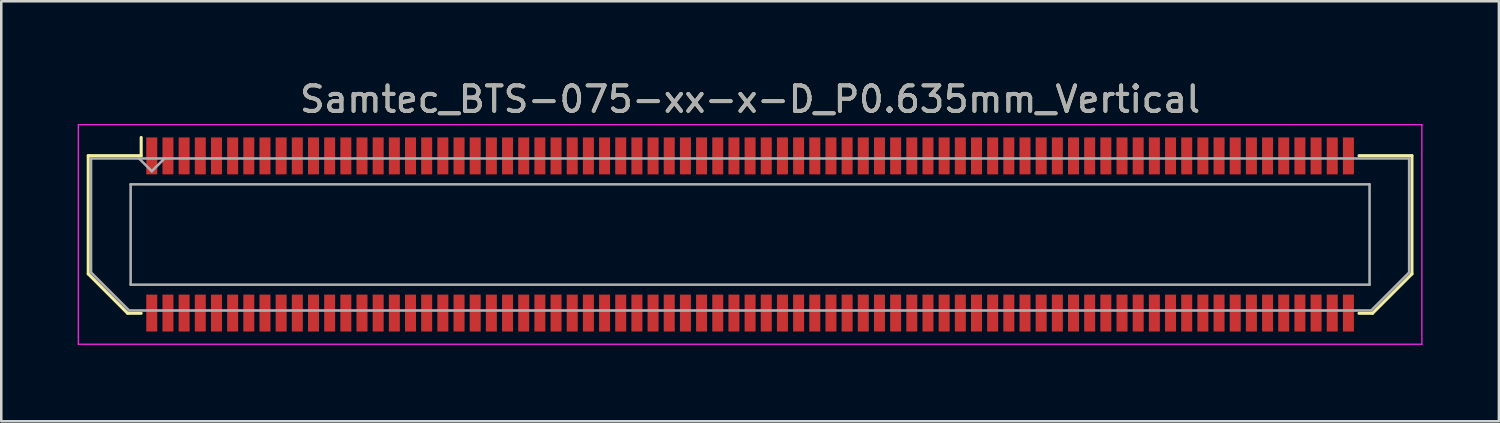
<source format=kicad_pcb>
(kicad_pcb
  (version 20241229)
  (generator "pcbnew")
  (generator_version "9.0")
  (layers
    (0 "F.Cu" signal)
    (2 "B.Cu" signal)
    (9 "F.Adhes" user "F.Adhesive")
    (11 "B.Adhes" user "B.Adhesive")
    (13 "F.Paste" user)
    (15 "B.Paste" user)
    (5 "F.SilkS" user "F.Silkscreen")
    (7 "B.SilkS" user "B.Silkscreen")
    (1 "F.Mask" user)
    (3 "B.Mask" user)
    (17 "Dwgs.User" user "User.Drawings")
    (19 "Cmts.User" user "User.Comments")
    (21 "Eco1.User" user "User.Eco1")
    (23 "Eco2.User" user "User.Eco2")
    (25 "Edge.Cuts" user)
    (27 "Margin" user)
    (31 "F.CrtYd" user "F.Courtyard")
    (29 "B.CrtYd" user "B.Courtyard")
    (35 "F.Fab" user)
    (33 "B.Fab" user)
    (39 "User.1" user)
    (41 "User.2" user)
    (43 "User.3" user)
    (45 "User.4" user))
  (footprint "Samtec_BTS-075-xx-x-D_P0.635mm_Vertical"
    (layer "F.Cu")
    (at 26.405 6.158)
    (property "Reference" "Samtec_BTS-075-xx-x-D_P0.635mm_Vertical" (at 0 -5.31 0) (layer "F.SilkS") (effects (font (size 1 1) (thickness 0.15))))
    (attr smd)
    (fp_line (start -25.99 -3.095) (end -25.99 1.548) (stroke (width 0.12) (type solid)) (layer "F.SilkS"))
    (fp_line (start -25.99 1.548) (end -24.442 3.095) (stroke (width 0.12) (type solid)) (layer "F.SilkS"))
    (fp_line (start -24.442 3.095) (end -23.911 3.095) (stroke (width 0.12) (type solid)) (layer "F.SilkS"))
    (fp_line (start -23.911 -3.811) (end -23.911 -3.095) (stroke (width 0.12) (type solid)) (layer "F.SilkS"))
    (fp_line (start -23.911 -3.095) (end -25.99 -3.095) (stroke (width 0.12) (type solid)) (layer "F.SilkS"))
    (fp_line (start 23.911 -3.095) (end 25.99 -3.095) (stroke (width 0.12) (type solid)) (layer "F.SilkS"))
    (fp_line (start 24.442 3.095) (end 23.911 3.095) (stroke (width 0.12) (type solid)) (layer "F.SilkS"))
    (fp_line (start 25.99 -3.095) (end 25.99 1.548) (stroke (width 0.12) (type solid)) (layer "F.SilkS"))
    (fp_line (start 25.99 1.548) (end 24.442 3.095) (stroke (width 0.12) (type solid)) (layer "F.SilkS"))
    (fp_line (start -26.38 -4.31) (end -26.38 4.31) (stroke (width 0.05) (type solid)) (layer "F.CrtYd"))
    (fp_line (start -26.38 4.31) (end 26.38 4.31) (stroke (width 0.05) (type solid)) (layer "F.CrtYd"))
    (fp_line (start 26.38 -4.31) (end -26.38 -4.31) (stroke (width 0.05) (type solid)) (layer "F.CrtYd"))
    (fp_line (start 26.38 4.31) (end 26.38 -4.31) (stroke (width 0.05) (type solid)) (layer "F.CrtYd"))
    (fp_line (start -25.88 -2.985) (end -25.88 1.492) (stroke (width 0.1) (type solid)) (layer "F.Fab"))
    (fp_line (start -25.88 -2.985) (end 25.88 -2.985) (stroke (width 0.1) (type solid)) (layer "F.Fab"))
    (fp_line (start -25.88 1.492) (end -24.387 2.985) (stroke (width 0.1) (type solid)) (layer "F.Fab"))
    (fp_line (start -24.387 2.985) (end 24.387 2.985) (stroke (width 0.1) (type solid)) (layer "F.Fab"))
    (fp_line (start -24.325 -1.97) (end -24.325 1.97) (stroke (width 0.1) (type solid)) (layer "F.Fab"))
    (fp_line (start -24.325 1.97) (end 24.325 1.97) (stroke (width 0.1) (type solid)) (layer "F.Fab"))
    (fp_line (start -23.495 -2.485) (end -23.995 -2.985) (stroke (width 0.1) (type solid)) (layer "F.Fab"))
    (fp_line (start -22.995 -2.985) (end -23.495 -2.485) (stroke (width 0.1) (type solid)) (layer "F.Fab"))
    (fp_line (start 24.325 -1.97) (end -24.325 -1.97) (stroke (width 0.1) (type solid)) (layer "F.Fab"))
    (fp_line (start 24.325 1.97) (end 24.325 -1.97) (stroke (width 0.1) (type solid)) (layer "F.Fab"))
    (fp_line (start 25.88 -2.985) (end 25.88 1.492) (stroke (width 0.1) (type solid)) (layer "F.Fab"))
    (fp_line (start 25.88 1.492) (end 24.387 2.985) (stroke (width 0.1) (type solid)) (layer "F.Fab"))
    (fp_text user "${REFERENCE}" (at 0 -5.31 0) (layer "F.Fab") (effects (font (size 1 1) (thickness 0.15))))
    (pad "1" smd rect (at -23.495 -3.086) (size 0.432 1.45) (layers "F.Cu" "F.Mask" "F.Paste"))
    (pad "2" smd rect (at -23.495 3.086) (size 0.432 1.45) (layers "F.Cu" "F.Mask" "F.Paste"))
    (pad "3" smd rect (at -22.86 -3.086) (size 0.432 1.45) (layers "F.Cu" "F.Mask" "F.Paste"))
    (pad "4" smd rect (at -22.86 3.086) (size 0.432 1.45) (layers "F.Cu" "F.Mask" "F.Paste"))
    (pad "5" smd rect (at -22.225 -3.086) (size 0.432 1.45) (layers "F.Cu" "F.Mask" "F.Paste"))
    (pad "6" smd rect (at -22.225 3.086) (size 0.432 1.45) (layers "F.Cu" "F.Mask" "F.Paste"))
    (pad "7" smd rect (at -21.59 -3.086) (size 0.432 1.45) (layers "F.Cu" "F.Mask" "F.Paste"))
    (pad "8" smd rect (at -21.59 3.086) (size 0.432 1.45) (layers "F.Cu" "F.Mask" "F.Paste"))
    (pad "9" smd rect (at -20.955 -3.086) (size 0.432 1.45) (layers "F.Cu" "F.Mask" "F.Paste"))
    (pad "10" smd rect (at -20.955 3.086) (size 0.432 1.45) (layers "F.Cu" "F.Mask" "F.Paste"))
    (pad "11" smd rect (at -20.32 -3.086) (size 0.432 1.45) (layers "F.Cu" "F.Mask" "F.Paste"))
    (pad "12" smd rect (at -20.32 3.086) (size 0.432 1.45) (layers "F.Cu" "F.Mask" "F.Paste"))
    (pad "13" smd rect (at -19.685 -3.086) (size 0.432 1.45) (layers "F.Cu" "F.Mask" "F.Paste"))
    (pad "14" smd rect (at -19.685 3.086) (size 0.432 1.45) (layers "F.Cu" "F.Mask" "F.Paste"))
    (pad "15" smd rect (at -19.05 -3.086) (size 0.432 1.45) (layers "F.Cu" "F.Mask" "F.Paste"))
    (pad "16" smd rect (at -19.05 3.086) (size 0.432 1.45) (layers "F.Cu" "F.Mask" "F.Paste"))
    (pad "17" smd rect (at -18.415 -3.086) (size 0.432 1.45) (layers "F.Cu" "F.Mask" "F.Paste"))
    (pad "18" smd rect (at -18.415 3.086) (size 0.432 1.45) (layers "F.Cu" "F.Mask" "F.Paste"))
    (pad "19" smd rect (at -17.78 -3.086) (size 0.432 1.45) (layers "F.Cu" "F.Mask" "F.Paste"))
    (pad "20" smd rect (at -17.78 3.086) (size 0.432 1.45) (layers "F.Cu" "F.Mask" "F.Paste"))
    (pad "21" smd rect (at -17.145 -3.086) (size 0.432 1.45) (layers "F.Cu" "F.Mask" "F.Paste"))
    (pad "22" smd rect (at -17.145 3.086) (size 0.432 1.45) (layers "F.Cu" "F.Mask" "F.Paste"))
    (pad "23" smd rect (at -16.51 -3.086) (size 0.432 1.45) (layers "F.Cu" "F.Mask" "F.Paste"))
    (pad "24" smd rect (at -16.51 3.086) (size 0.432 1.45) (layers "F.Cu" "F.Mask" "F.Paste"))
    (pad "25" smd rect (at -15.875 -3.086) (size 0.432 1.45) (layers "F.Cu" "F.Mask" "F.Paste"))
    (pad "26" smd rect (at -15.875 3.086) (size 0.432 1.45) (layers "F.Cu" "F.Mask" "F.Paste"))
    (pad "27" smd rect (at -15.24 -3.086) (size 0.432 1.45) (layers "F.Cu" "F.Mask" "F.Paste"))
    (pad "28" smd rect (at -15.24 3.086) (size 0.432 1.45) (layers "F.Cu" "F.Mask" "F.Paste"))
    (pad "29" smd rect (at -14.605 -3.086) (size 0.432 1.45) (layers "F.Cu" "F.Mask" "F.Paste"))
    (pad "30" smd rect (at -14.605 3.086) (size 0.432 1.45) (layers "F.Cu" "F.Mask" "F.Paste"))
    (pad "31" smd rect (at -13.97 -3.086) (size 0.432 1.45) (layers "F.Cu" "F.Mask" "F.Paste"))
    (pad "32" smd rect (at -13.97 3.086) (size 0.432 1.45) (layers "F.Cu" "F.Mask" "F.Paste"))
    (pad "33" smd rect (at -13.335 -3.086) (size 0.432 1.45) (layers "F.Cu" "F.Mask" "F.Paste"))
    (pad "34" smd rect (at -13.335 3.086) (size 0.432 1.45) (layers "F.Cu" "F.Mask" "F.Paste"))
    (pad "35" smd rect (at -12.7 -3.086) (size 0.432 1.45) (layers "F.Cu" "F.Mask" "F.Paste"))
    (pad "36" smd rect (at -12.7 3.086) (size 0.432 1.45) (layers "F.Cu" "F.Mask" "F.Paste"))
    (pad "37" smd rect (at -12.065 -3.086) (size 0.432 1.45) (layers "F.Cu" "F.Mask" "F.Paste"))
    (pad "38" smd rect (at -12.065 3.086) (size 0.432 1.45) (layers "F.Cu" "F.Mask" "F.Paste"))
    (pad "39" smd rect (at -11.43 -3.086) (size 0.432 1.45) (layers "F.Cu" "F.Mask" "F.Paste"))
    (pad "40" smd rect (at -11.43 3.086) (size 0.432 1.45) (layers "F.Cu" "F.Mask" "F.Paste"))
    (pad "41" smd rect (at -10.795 -3.086) (size 0.432 1.45) (layers "F.Cu" "F.Mask" "F.Paste"))
    (pad "42" smd rect (at -10.795 3.086) (size 0.432 1.45) (layers "F.Cu" "F.Mask" "F.Paste"))
    (pad "43" smd rect (at -10.16 -3.086) (size 0.432 1.45) (layers "F.Cu" "F.Mask" "F.Paste"))
    (pad "44" smd rect (at -10.16 3.086) (size 0.432 1.45) (layers "F.Cu" "F.Mask" "F.Paste"))
    (pad "45" smd rect (at -9.525 -3.086) (size 0.432 1.45) (layers "F.Cu" "F.Mask" "F.Paste"))
    (pad "46" smd rect (at -9.525 3.086) (size 0.432 1.45) (layers "F.Cu" "F.Mask" "F.Paste"))
    (pad "47" smd rect (at -8.89 -3.086) (size 0.432 1.45) (layers "F.Cu" "F.Mask" "F.Paste"))
    (pad "48" smd rect (at -8.89 3.086) (size 0.432 1.45) (layers "F.Cu" "F.Mask" "F.Paste"))
    (pad "49" smd rect (at -8.255 -3.086) (size 0.432 1.45) (layers "F.Cu" "F.Mask" "F.Paste"))
    (pad "50" smd rect (at -8.255 3.086) (size 0.432 1.45) (layers "F.Cu" "F.Mask" "F.Paste"))
    (pad "51" smd rect (at -7.62 -3.086) (size 0.432 1.45) (layers "F.Cu" "F.Mask" "F.Paste"))
    (pad "52" smd rect (at -7.62 3.086) (size 0.432 1.45) (layers "F.Cu" "F.Mask" "F.Paste"))
    (pad "53" smd rect (at -6.985 -3.086) (size 0.432 1.45) (layers "F.Cu" "F.Mask" "F.Paste"))
    (pad "54" smd rect (at -6.985 3.086) (size 0.432 1.45) (layers "F.Cu" "F.Mask" "F.Paste"))
    (pad "55" smd rect (at -6.35 -3.086) (size 0.432 1.45) (layers "F.Cu" "F.Mask" "F.Paste"))
    (pad "56" smd rect (at -6.35 3.086) (size 0.432 1.45) (layers "F.Cu" "F.Mask" "F.Paste"))
    (pad "57" smd rect (at -5.715 -3.086) (size 0.432 1.45) (layers "F.Cu" "F.Mask" "F.Paste"))
    (pad "58" smd rect (at -5.715 3.086) (size 0.432 1.45) (layers "F.Cu" "F.Mask" "F.Paste"))
    (pad "59" smd rect (at -5.08 -3.086) (size 0.432 1.45) (layers "F.Cu" "F.Mask" "F.Paste"))
    (pad "60" smd rect (at -5.08 3.086) (size 0.432 1.45) (layers "F.Cu" "F.Mask" "F.Paste"))
    (pad "61" smd rect (at -4.445 -3.086) (size 0.432 1.45) (layers "F.Cu" "F.Mask" "F.Paste"))
    (pad "62" smd rect (at -4.445 3.086) (size 0.432 1.45) (layers "F.Cu" "F.Mask" "F.Paste"))
    (pad "63" smd rect (at -3.81 -3.086) (size 0.432 1.45) (layers "F.Cu" "F.Mask" "F.Paste"))
    (pad "64" smd rect (at -3.81 3.086) (size 0.432 1.45) (layers "F.Cu" "F.Mask" "F.Paste"))
    (pad "65" smd rect (at -3.175 -3.086) (size 0.432 1.45) (layers "F.Cu" "F.Mask" "F.Paste"))
    (pad "66" smd rect (at -3.175 3.086) (size 0.432 1.45) (layers "F.Cu" "F.Mask" "F.Paste"))
    (pad "67" smd rect (at -2.54 -3.086) (size 0.432 1.45) (layers "F.Cu" "F.Mask" "F.Paste"))
    (pad "68" smd rect (at -2.54 3.086) (size 0.432 1.45) (layers "F.Cu" "F.Mask" "F.Paste"))
    (pad "69" smd rect (at -1.905 -3.086) (size 0.432 1.45) (layers "F.Cu" "F.Mask" "F.Paste"))
    (pad "70" smd rect (at -1.905 3.086) (size 0.432 1.45) (layers "F.Cu" "F.Mask" "F.Paste"))
    (pad "71" smd rect (at -1.27 -3.086) (size 0.432 1.45) (layers "F.Cu" "F.Mask" "F.Paste"))
    (pad "72" smd rect (at -1.27 3.086) (size 0.432 1.45) (layers "F.Cu" "F.Mask" "F.Paste"))
    (pad "73" smd rect (at -0.635 -3.086) (size 0.432 1.45) (layers "F.Cu" "F.Mask" "F.Paste"))
    (pad "74" smd rect (at -0.635 3.086) (size 0.432 1.45) (layers "F.Cu" "F.Mask" "F.Paste"))
    (pad "75" smd rect (at 0 -3.086) (size 0.432 1.45) (layers "F.Cu" "F.Mask" "F.Paste"))
    (pad "76" smd rect (at 0 3.086) (size 0.432 1.45) (layers "F.Cu" "F.Mask" "F.Paste"))
    (pad "77" smd rect (at 0.635 -3.086) (size 0.432 1.45) (layers "F.Cu" "F.Mask" "F.Paste"))
    (pad "78" smd rect (at 0.635 3.086) (size 0.432 1.45) (layers "F.Cu" "F.Mask" "F.Paste"))
    (pad "79" smd rect (at 1.27 -3.086) (size 0.432 1.45) (layers "F.Cu" "F.Mask" "F.Paste"))
    (pad "80" smd rect (at 1.27 3.086) (size 0.432 1.45) (layers "F.Cu" "F.Mask" "F.Paste"))
    (pad "81" smd rect (at 1.905 -3.086) (size 0.432 1.45) (layers "F.Cu" "F.Mask" "F.Paste"))
    (pad "82" smd rect (at 1.905 3.086) (size 0.432 1.45) (layers "F.Cu" "F.Mask" "F.Paste"))
    (pad "83" smd rect (at 2.54 -3.086) (size 0.432 1.45) (layers "F.Cu" "F.Mask" "F.Paste"))
    (pad "84" smd rect (at 2.54 3.086) (size 0.432 1.45) (layers "F.Cu" "F.Mask" "F.Paste"))
    (pad "85" smd rect (at 3.175 -3.086) (size 0.432 1.45) (layers "F.Cu" "F.Mask" "F.Paste"))
    (pad "86" smd rect (at 3.175 3.086) (size 0.432 1.45) (layers "F.Cu" "F.Mask" "F.Paste"))
    (pad "87" smd rect (at 3.81 -3.086) (size 0.432 1.45) (layers "F.Cu" "F.Mask" "F.Paste"))
    (pad "88" smd rect (at 3.81 3.086) (size 0.432 1.45) (layers "F.Cu" "F.Mask" "F.Paste"))
    (pad "89" smd rect (at 4.445 -3.086) (size 0.432 1.45) (layers "F.Cu" "F.Mask" "F.Paste"))
    (pad "90" smd rect (at 4.445 3.086) (size 0.432 1.45) (layers "F.Cu" "F.Mask" "F.Paste"))
    (pad "91" smd rect (at 5.08 -3.086) (size 0.432 1.45) (layers "F.Cu" "F.Mask" "F.Paste"))
    (pad "92" smd rect (at 5.08 3.086) (size 0.432 1.45) (layers "F.Cu" "F.Mask" "F.Paste"))
    (pad "93" smd rect (at 5.715 -3.086) (size 0.432 1.45) (layers "F.Cu" "F.Mask" "F.Paste"))
    (pad "94" smd rect (at 5.715 3.086) (size 0.432 1.45) (layers "F.Cu" "F.Mask" "F.Paste"))
    (pad "95" smd rect (at 6.35 -3.086) (size 0.432 1.45) (layers "F.Cu" "F.Mask" "F.Paste"))
    (pad "96" smd rect (at 6.35 3.086) (size 0.432 1.45) (layers "F.Cu" "F.Mask" "F.Paste"))
    (pad "97" smd rect (at 6.985 -3.086) (size 0.432 1.45) (layers "F.Cu" "F.Mask" "F.Paste"))
    (pad "98" smd rect (at 6.985 3.086) (size 0.432 1.45) (layers "F.Cu" "F.Mask" "F.Paste"))
    (pad "99" smd rect (at 7.62 -3.086) (size 0.432 1.45) (layers "F.Cu" "F.Mask" "F.Paste"))
    (pad "100" smd rect (at 7.62 3.086) (size 0.432 1.45) (layers "F.Cu" "F.Mask" "F.Paste"))
    (pad "101" smd rect (at 8.255 -3.086) (size 0.432 1.45) (layers "F.Cu" "F.Mask" "F.Paste"))
    (pad "102" smd rect (at 8.255 3.086) (size 0.432 1.45) (layers "F.Cu" "F.Mask" "F.Paste"))
    (pad "103" smd rect (at 8.89 -3.086) (size 0.432 1.45) (layers "F.Cu" "F.Mask" "F.Paste"))
    (pad "104" smd rect (at 8.89 3.086) (size 0.432 1.45) (layers "F.Cu" "F.Mask" "F.Paste"))
    (pad "105" smd rect (at 9.525 -3.086) (size 0.432 1.45) (layers "F.Cu" "F.Mask" "F.Paste"))
    (pad "106" smd rect (at 9.525 3.086) (size 0.432 1.45) (layers "F.Cu" "F.Mask" "F.Paste"))
    (pad "107" smd rect (at 10.16 -3.086) (size 0.432 1.45) (layers "F.Cu" "F.Mask" "F.Paste"))
    (pad "108" smd rect (at 10.16 3.086) (size 0.432 1.45) (layers "F.Cu" "F.Mask" "F.Paste"))
    (pad "109" smd rect (at 10.795 -3.086) (size 0.432 1.45) (layers "F.Cu" "F.Mask" "F.Paste"))
    (pad "110" smd rect (at 10.795 3.086) (size 0.432 1.45) (layers "F.Cu" "F.Mask" "F.Paste"))
    (pad "111" smd rect (at 11.43 -3.086) (size 0.432 1.45) (layers "F.Cu" "F.Mask" "F.Paste"))
    (pad "112" smd rect (at 11.43 3.086) (size 0.432 1.45) (layers "F.Cu" "F.Mask" "F.Paste"))
    (pad "113" smd rect (at 12.065 -3.086) (size 0.432 1.45) (layers "F.Cu" "F.Mask" "F.Paste"))
    (pad "114" smd rect (at 12.065 3.086) (size 0.432 1.45) (layers "F.Cu" "F.Mask" "F.Paste"))
    (pad "115" smd rect (at 12.7 -3.086) (size 0.432 1.45) (layers "F.Cu" "F.Mask" "F.Paste"))
    (pad "116" smd rect (at 12.7 3.086) (size 0.432 1.45) (layers "F.Cu" "F.Mask" "F.Paste"))
    (pad "117" smd rect (at 13.335 -3.086) (size 0.432 1.45) (layers "F.Cu" "F.Mask" "F.Paste"))
    (pad "118" smd rect (at 13.335 3.086) (size 0.432 1.45) (layers "F.Cu" "F.Mask" "F.Paste"))
    (pad "119" smd rect (at 13.97 -3.086) (size 0.432 1.45) (layers "F.Cu" "F.Mask" "F.Paste"))
    (pad "120" smd rect (at 13.97 3.086) (size 0.432 1.45) (layers "F.Cu" "F.Mask" "F.Paste"))
    (pad "121" smd rect (at 14.605 -3.086) (size 0.432 1.45) (layers "F.Cu" "F.Mask" "F.Paste"))
    (pad "122" smd rect (at 14.605 3.086) (size 0.432 1.45) (layers "F.Cu" "F.Mask" "F.Paste"))
    (pad "123" smd rect (at 15.24 -3.086) (size 0.432 1.45) (layers "F.Cu" "F.Mask" "F.Paste"))
    (pad "124" smd rect (at 15.24 3.086) (size 0.432 1.45) (layers "F.Cu" "F.Mask" "F.Paste"))
    (pad "125" smd rect (at 15.875 -3.086) (size 0.432 1.45) (layers "F.Cu" "F.Mask" "F.Paste"))
    (pad "126" smd rect (at 15.875 3.086) (size 0.432 1.45) (layers "F.Cu" "F.Mask" "F.Paste"))
    (pad "127" smd rect (at 16.51 -3.086) (size 0.432 1.45) (layers "F.Cu" "F.Mask" "F.Paste"))
    (pad "128" smd rect (at 16.51 3.086) (size 0.432 1.45) (layers "F.Cu" "F.Mask" "F.Paste"))
    (pad "129" smd rect (at 17.145 -3.086) (size 0.432 1.45) (layers "F.Cu" "F.Mask" "F.Paste"))
    (pad "130" smd rect (at 17.145 3.086) (size 0.432 1.45) (layers "F.Cu" "F.Mask" "F.Paste"))
    (pad "131" smd rect (at 17.78 -3.086) (size 0.432 1.45) (layers "F.Cu" "F.Mask" "F.Paste"))
    (pad "132" smd rect (at 17.78 3.086) (size 0.432 1.45) (layers "F.Cu" "F.Mask" "F.Paste"))
    (pad "133" smd rect (at 18.415 -3.086) (size 0.432 1.45) (layers "F.Cu" "F.Mask" "F.Paste"))
    (pad "134" smd rect (at 18.415 3.086) (size 0.432 1.45) (layers "F.Cu" "F.Mask" "F.Paste"))
    (pad "135" smd rect (at 19.05 -3.086) (size 0.432 1.45) (layers "F.Cu" "F.Mask" "F.Paste"))
    (pad "136" smd rect (at 19.05 3.086) (size 0.432 1.45) (layers "F.Cu" "F.Mask" "F.Paste"))
    (pad "137" smd rect (at 19.685 -3.086) (size 0.432 1.45) (layers "F.Cu" "F.Mask" "F.Paste"))
    (pad "138" smd rect (at 19.685 3.086) (size 0.432 1.45) (layers "F.Cu" "F.Mask" "F.Paste"))
    (pad "139" smd rect (at 20.32 -3.086) (size 0.432 1.45) (layers "F.Cu" "F.Mask" "F.Paste"))
    (pad "140" smd rect (at 20.32 3.086) (size 0.432 1.45) (layers "F.Cu" "F.Mask" "F.Paste"))
    (pad "141" smd rect (at 20.955 -3.086) (size 0.432 1.45) (layers "F.Cu" "F.Mask" "F.Paste"))
    (pad "142" smd rect (at 20.955 3.086) (size 0.432 1.45) (layers "F.Cu" "F.Mask" "F.Paste"))
    (pad "143" smd rect (at 21.59 -3.086) (size 0.432 1.45) (layers "F.Cu" "F.Mask" "F.Paste"))
    (pad "144" smd rect (at 21.59 3.086) (size 0.432 1.45) (layers "F.Cu" "F.Mask" "F.Paste"))
    (pad "145" smd rect (at 22.225 -3.086) (size 0.432 1.45) (layers "F.Cu" "F.Mask" "F.Paste"))
    (pad "146" smd rect (at 22.225 3.086) (size 0.432 1.45) (layers "F.Cu" "F.Mask" "F.Paste"))
    (pad "147" smd rect (at 22.86 -3.086) (size 0.432 1.45) (layers "F.Cu" "F.Mask" "F.Paste"))
    (pad "148" smd rect (at 22.86 3.086) (size 0.432 1.45) (layers "F.Cu" "F.Mask" "F.Paste"))
    (pad "149" smd rect (at 23.495 -3.086) (size 0.432 1.45) (layers "F.Cu" "F.Mask" "F.Paste"))
    (pad "150" smd rect (at 23.495 3.086) (size 0.432 1.45) (layers "F.Cu" "F.Mask" "F.Paste")))
  (gr_rect
    (start -3 -3)
    (end 55.81 13.493)
    (stroke (width 0.1) (type default))
    (fill no)
    (layer "Edge.Cuts")))
</source>
